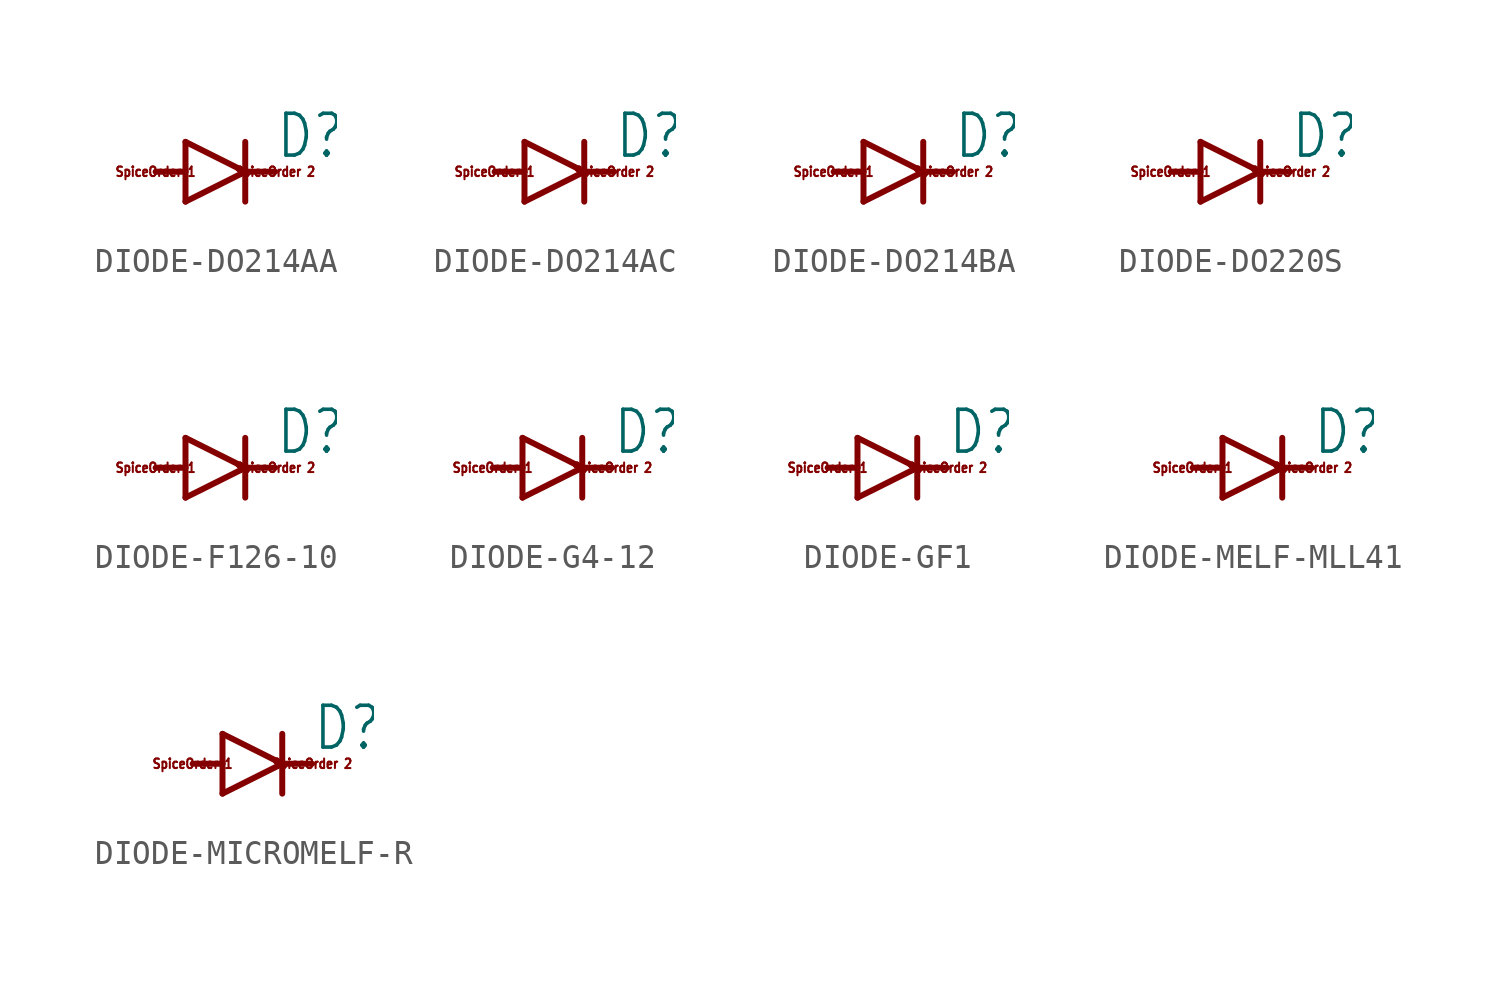
<source format=kicad_sym>
(kicad_symbol_lib
  (version 20241209)
  (generator "kicad_symbol_editor")
  (generator_version "9.0")
  (symbol "DIODE-DO214AA"
    (property "Reference" "D"
      (at 2.54 0.483 0)
      (effects (font (size 1.778 1.511)) (justify left bottom)))
    (property "Value" ""
      (at 2.54 -2.311 0)
      (effects (font (size 1.778 1.511)) (justify left bottom)))
    (property "ki_locked" ""
      (at 0 0 0)
      (effects (font (size 1.27 1.27))))
    (symbol "DIODE-DO214AA_1_0"
      (polyline (pts (xy -1.27 1.27) (xy -1.27 0)) (stroke (width 0.254) (type solid)) (fill (type none)))
      (polyline (pts (xy -1.27 0) (xy -2.54 0)) (stroke (width 0.254) (type solid)) (fill (type none)))
      (polyline (pts (xy -1.27 0) (xy -1.27 -1.27)) (stroke (width 0.254) (type solid)) (fill (type none)))
      (polyline (pts (xy -1.27 -1.27) (xy 1.27 0)) (stroke (width 0.254) (type solid)) (fill (type none)))
      (polyline (pts (xy 1.27 1.27) (xy 1.27 0)) (stroke (width 0.254) (type solid)) (fill (type none)))
      (polyline (pts (xy 1.27 0) (xy -1.27 1.27)) (stroke (width 0.254) (type solid)) (fill (type none)))
      (polyline (pts (xy 1.27 0) (xy 1.27 -1.27)) (stroke (width 0.254) (type solid)) (fill (type none)))
      (polyline (pts (xy 2.54 0) (xy 1.27 0)) (stroke (width 0.254) (type solid)) (fill (type none)))
      (text "SpiceOrder 1" (at -2.54 0 0) (effects (font (size 0.406 0.345))))
      (text "SpiceOrder 2" (at 2.54 0 0) (effects (font (size 0.406 0.345))))
      (pin passive line (at -2.54 0 0) (length 0) (name "A" (effects (font (size 0 0)))) (number "A" (effects (font (size 0 0)))))
      (pin passive line (at 2.54 0 180) (length 0) (name "C" (effects (font (size 0 0)))) (number "C" (effects (font (size 0 0)))))))
  (symbol "DIODE-DO214AC"
    (property "Reference" "D"
      (at 2.54 0.483 0)
      (effects (font (size 1.778 1.511)) (justify left bottom)))
    (property "Value" ""
      (at 2.54 -2.311 0)
      (effects (font (size 1.778 1.511)) (justify left bottom)))
    (property "ki_locked" ""
      (at 0 0 0)
      (effects (font (size 1.27 1.27))))
    (symbol "DIODE-DO214AC_1_0"
      (polyline (pts (xy -1.27 1.27) (xy -1.27 0)) (stroke (width 0.254) (type solid)) (fill (type none)))
      (polyline (pts (xy -1.27 0) (xy -2.54 0)) (stroke (width 0.254) (type solid)) (fill (type none)))
      (polyline (pts (xy -1.27 0) (xy -1.27 -1.27)) (stroke (width 0.254) (type solid)) (fill (type none)))
      (polyline (pts (xy -1.27 -1.27) (xy 1.27 0)) (stroke (width 0.254) (type solid)) (fill (type none)))
      (polyline (pts (xy 1.27 1.27) (xy 1.27 0)) (stroke (width 0.254) (type solid)) (fill (type none)))
      (polyline (pts (xy 1.27 0) (xy -1.27 1.27)) (stroke (width 0.254) (type solid)) (fill (type none)))
      (polyline (pts (xy 1.27 0) (xy 1.27 -1.27)) (stroke (width 0.254) (type solid)) (fill (type none)))
      (polyline (pts (xy 2.54 0) (xy 1.27 0)) (stroke (width 0.254) (type solid)) (fill (type none)))
      (text "SpiceOrder 1" (at -2.54 0 0) (effects (font (size 0.406 0.345))))
      (text "SpiceOrder 2" (at 2.54 0 0) (effects (font (size 0.406 0.345))))
      (pin passive line (at -2.54 0 0) (length 0) (name "A" (effects (font (size 0 0)))) (number "A" (effects (font (size 0 0)))))
      (pin passive line (at 2.54 0 180) (length 0) (name "C" (effects (font (size 0 0)))) (number "C" (effects (font (size 0 0)))))))
  (symbol "DIODE-DO214BA"
    (property "Reference" "D"
      (at 2.54 0.483 0)
      (effects (font (size 1.778 1.511)) (justify left bottom)))
    (property "Value" ""
      (at 2.54 -2.311 0)
      (effects (font (size 1.778 1.511)) (justify left bottom)))
    (property "ki_locked" ""
      (at 0 0 0)
      (effects (font (size 1.27 1.27))))
    (symbol "DIODE-DO214BA_1_0"
      (polyline (pts (xy -1.27 1.27) (xy -1.27 0)) (stroke (width 0.254) (type solid)) (fill (type none)))
      (polyline (pts (xy -1.27 0) (xy -2.54 0)) (stroke (width 0.254) (type solid)) (fill (type none)))
      (polyline (pts (xy -1.27 0) (xy -1.27 -1.27)) (stroke (width 0.254) (type solid)) (fill (type none)))
      (polyline (pts (xy -1.27 -1.27) (xy 1.27 0)) (stroke (width 0.254) (type solid)) (fill (type none)))
      (polyline (pts (xy 1.27 1.27) (xy 1.27 0)) (stroke (width 0.254) (type solid)) (fill (type none)))
      (polyline (pts (xy 1.27 0) (xy -1.27 1.27)) (stroke (width 0.254) (type solid)) (fill (type none)))
      (polyline (pts (xy 1.27 0) (xy 1.27 -1.27)) (stroke (width 0.254) (type solid)) (fill (type none)))
      (polyline (pts (xy 2.54 0) (xy 1.27 0)) (stroke (width 0.254) (type solid)) (fill (type none)))
      (text "SpiceOrder 1" (at -2.54 0 0) (effects (font (size 0.406 0.345))))
      (text "SpiceOrder 2" (at 2.54 0 0) (effects (font (size 0.406 0.345))))
      (pin passive line (at -2.54 0 0) (length 0) (name "A" (effects (font (size 0 0)))) (number "A" (effects (font (size 0 0)))))
      (pin passive line (at 2.54 0 180) (length 0) (name "C" (effects (font (size 0 0)))) (number "C" (effects (font (size 0 0)))))))
  (symbol "DIODE-DO220S"
    (property "Reference" "D"
      (at 2.54 0.483 0)
      (effects (font (size 1.778 1.511)) (justify left bottom)))
    (property "Value" ""
      (at 2.54 -2.311 0)
      (effects (font (size 1.778 1.511)) (justify left bottom)))
    (property "ki_locked" ""
      (at 0 0 0)
      (effects (font (size 1.27 1.27))))
    (symbol "DIODE-DO220S_1_0"
      (polyline (pts (xy -1.27 1.27) (xy -1.27 0)) (stroke (width 0.254) (type solid)) (fill (type none)))
      (polyline (pts (xy -1.27 0) (xy -2.54 0)) (stroke (width 0.254) (type solid)) (fill (type none)))
      (polyline (pts (xy -1.27 0) (xy -1.27 -1.27)) (stroke (width 0.254) (type solid)) (fill (type none)))
      (polyline (pts (xy -1.27 -1.27) (xy 1.27 0)) (stroke (width 0.254) (type solid)) (fill (type none)))
      (polyline (pts (xy 1.27 1.27) (xy 1.27 0)) (stroke (width 0.254) (type solid)) (fill (type none)))
      (polyline (pts (xy 1.27 0) (xy -1.27 1.27)) (stroke (width 0.254) (type solid)) (fill (type none)))
      (polyline (pts (xy 1.27 0) (xy 1.27 -1.27)) (stroke (width 0.254) (type solid)) (fill (type none)))
      (polyline (pts (xy 2.54 0) (xy 1.27 0)) (stroke (width 0.254) (type solid)) (fill (type none)))
      (text "SpiceOrder 1" (at -2.54 0 0) (effects (font (size 0.406 0.345))))
      (text "SpiceOrder 2" (at 2.54 0 0) (effects (font (size 0.406 0.345))))
      (pin passive line (at -2.54 0 0) (length 0) (name "A" (effects (font (size 0 0)))) (number "A" (effects (font (size 0 0)))))
      (pin passive line (at 2.54 0 180) (length 0) (name "C" (effects (font (size 0 0)))) (number "C" (effects (font (size 0 0)))))))
  (symbol "DIODE-F126-10"
    (property "Reference" "D"
      (at 2.54 0.483 0)
      (effects (font (size 1.778 1.511)) (justify left bottom)))
    (property "Value" ""
      (at 2.54 -2.311 0)
      (effects (font (size 1.778 1.511)) (justify left bottom)))
    (property "ki_locked" ""
      (at 0 0 0)
      (effects (font (size 1.27 1.27))))
    (symbol "DIODE-F126-10_1_0"
      (polyline (pts (xy -1.27 1.27) (xy -1.27 0)) (stroke (width 0.254) (type solid)) (fill (type none)))
      (polyline (pts (xy -1.27 0) (xy -2.54 0)) (stroke (width 0.254) (type solid)) (fill (type none)))
      (polyline (pts (xy -1.27 0) (xy -1.27 -1.27)) (stroke (width 0.254) (type solid)) (fill (type none)))
      (polyline (pts (xy -1.27 -1.27) (xy 1.27 0)) (stroke (width 0.254) (type solid)) (fill (type none)))
      (polyline (pts (xy 1.27 1.27) (xy 1.27 0)) (stroke (width 0.254) (type solid)) (fill (type none)))
      (polyline (pts (xy 1.27 0) (xy -1.27 1.27)) (stroke (width 0.254) (type solid)) (fill (type none)))
      (polyline (pts (xy 1.27 0) (xy 1.27 -1.27)) (stroke (width 0.254) (type solid)) (fill (type none)))
      (polyline (pts (xy 2.54 0) (xy 1.27 0)) (stroke (width 0.254) (type solid)) (fill (type none)))
      (text "SpiceOrder 1" (at -2.54 0 0) (effects (font (size 0.406 0.345))))
      (text "SpiceOrder 2" (at 2.54 0 0) (effects (font (size 0.406 0.345))))
      (pin passive line (at -2.54 0 0) (length 0) (name "A" (effects (font (size 0 0)))) (number "A" (effects (font (size 0 0)))))
      (pin passive line (at 2.54 0 180) (length 0) (name "C" (effects (font (size 0 0)))) (number "C" (effects (font (size 0 0)))))))
  (symbol "DIODE-G4-12"
    (property "Reference" "D"
      (at 2.54 0.483 0)
      (effects (font (size 1.778 1.511)) (justify left bottom)))
    (property "Value" ""
      (at 2.54 -2.311 0)
      (effects (font (size 1.778 1.511)) (justify left bottom)))
    (property "ki_locked" ""
      (at 0 0 0)
      (effects (font (size 1.27 1.27))))
    (symbol "DIODE-G4-12_1_0"
      (polyline (pts (xy -1.27 1.27) (xy -1.27 0)) (stroke (width 0.254) (type solid)) (fill (type none)))
      (polyline (pts (xy -1.27 0) (xy -2.54 0)) (stroke (width 0.254) (type solid)) (fill (type none)))
      (polyline (pts (xy -1.27 0) (xy -1.27 -1.27)) (stroke (width 0.254) (type solid)) (fill (type none)))
      (polyline (pts (xy -1.27 -1.27) (xy 1.27 0)) (stroke (width 0.254) (type solid)) (fill (type none)))
      (polyline (pts (xy 1.27 1.27) (xy 1.27 0)) (stroke (width 0.254) (type solid)) (fill (type none)))
      (polyline (pts (xy 1.27 0) (xy -1.27 1.27)) (stroke (width 0.254) (type solid)) (fill (type none)))
      (polyline (pts (xy 1.27 0) (xy 1.27 -1.27)) (stroke (width 0.254) (type solid)) (fill (type none)))
      (polyline (pts (xy 2.54 0) (xy 1.27 0)) (stroke (width 0.254) (type solid)) (fill (type none)))
      (text "SpiceOrder 1" (at -2.54 0 0) (effects (font (size 0.406 0.345))))
      (text "SpiceOrder 2" (at 2.54 0 0) (effects (font (size 0.406 0.345))))
      (pin passive line (at -2.54 0 0) (length 0) (name "A" (effects (font (size 0 0)))) (number "A" (effects (font (size 0 0)))))
      (pin passive line (at 2.54 0 180) (length 0) (name "C" (effects (font (size 0 0)))) (number "C" (effects (font (size 0 0)))))))
  (symbol "DIODE-GF1"
    (property "Reference" "D"
      (at 2.54 0.483 0)
      (effects (font (size 1.778 1.511)) (justify left bottom)))
    (property "Value" ""
      (at 2.54 -2.311 0)
      (effects (font (size 1.778 1.511)) (justify left bottom)))
    (property "ki_locked" ""
      (at 0 0 0)
      (effects (font (size 1.27 1.27))))
    (symbol "DIODE-GF1_1_0"
      (polyline (pts (xy -1.27 1.27) (xy -1.27 0)) (stroke (width 0.254) (type solid)) (fill (type none)))
      (polyline (pts (xy -1.27 0) (xy -2.54 0)) (stroke (width 0.254) (type solid)) (fill (type none)))
      (polyline (pts (xy -1.27 0) (xy -1.27 -1.27)) (stroke (width 0.254) (type solid)) (fill (type none)))
      (polyline (pts (xy -1.27 -1.27) (xy 1.27 0)) (stroke (width 0.254) (type solid)) (fill (type none)))
      (polyline (pts (xy 1.27 1.27) (xy 1.27 0)) (stroke (width 0.254) (type solid)) (fill (type none)))
      (polyline (pts (xy 1.27 0) (xy -1.27 1.27)) (stroke (width 0.254) (type solid)) (fill (type none)))
      (polyline (pts (xy 1.27 0) (xy 1.27 -1.27)) (stroke (width 0.254) (type solid)) (fill (type none)))
      (polyline (pts (xy 2.54 0) (xy 1.27 0)) (stroke (width 0.254) (type solid)) (fill (type none)))
      (text "SpiceOrder 1" (at -2.54 0 0) (effects (font (size 0.406 0.345))))
      (text "SpiceOrder 2" (at 2.54 0 0) (effects (font (size 0.406 0.345))))
      (pin passive line (at -2.54 0 0) (length 0) (name "A" (effects (font (size 0 0)))) (number "A" (effects (font (size 0 0)))))
      (pin passive line (at 2.54 0 180) (length 0) (name "C" (effects (font (size 0 0)))) (number "C" (effects (font (size 0 0)))))))
  (symbol "DIODE-MELF-MLL41"
    (property "Reference" "D"
      (at 2.54 0.483 0)
      (effects (font (size 1.778 1.511)) (justify left bottom)))
    (property "Value" ""
      (at 2.54 -2.311 0)
      (effects (font (size 1.778 1.511)) (justify left bottom)))
    (property "ki_locked" ""
      (at 0 0 0)
      (effects (font (size 1.27 1.27))))
    (symbol "DIODE-MELF-MLL41_1_0"
      (polyline (pts (xy -1.27 1.27) (xy -1.27 0)) (stroke (width 0.254) (type solid)) (fill (type none)))
      (polyline (pts (xy -1.27 0) (xy -2.54 0)) (stroke (width 0.254) (type solid)) (fill (type none)))
      (polyline (pts (xy -1.27 0) (xy -1.27 -1.27)) (stroke (width 0.254) (type solid)) (fill (type none)))
      (polyline (pts (xy -1.27 -1.27) (xy 1.27 0)) (stroke (width 0.254) (type solid)) (fill (type none)))
      (polyline (pts (xy 1.27 1.27) (xy 1.27 0)) (stroke (width 0.254) (type solid)) (fill (type none)))
      (polyline (pts (xy 1.27 0) (xy -1.27 1.27)) (stroke (width 0.254) (type solid)) (fill (type none)))
      (polyline (pts (xy 1.27 0) (xy 1.27 -1.27)) (stroke (width 0.254) (type solid)) (fill (type none)))
      (polyline (pts (xy 2.54 0) (xy 1.27 0)) (stroke (width 0.254) (type solid)) (fill (type none)))
      (text "SpiceOrder 1" (at -2.54 0 0) (effects (font (size 0.406 0.345))))
      (text "SpiceOrder 2" (at 2.54 0 0) (effects (font (size 0.406 0.345))))
      (pin passive line (at -2.54 0 0) (length 0) (name "A" (effects (font (size 0 0)))) (number "A" (effects (font (size 0 0)))))
      (pin passive line (at 2.54 0 180) (length 0) (name "C" (effects (font (size 0 0)))) (number "C" (effects (font (size 0 0)))))))
  (symbol "DIODE-MICROMELF-R"
    (property "Reference" "D"
      (at 2.54 0.483 0)
      (effects (font (size 1.778 1.511)) (justify left bottom)))
    (property "Value" ""
      (at 2.54 -2.311 0)
      (effects (font (size 1.778 1.511)) (justify left bottom)))
    (property "ki_locked" ""
      (at 0 0 0)
      (effects (font (size 1.27 1.27))))
    (symbol "DIODE-MICROMELF-R_1_0"
      (polyline (pts (xy -1.27 1.27) (xy -1.27 0)) (stroke (width 0.254) (type solid)) (fill (type none)))
      (polyline (pts (xy -1.27 0) (xy -2.54 0)) (stroke (width 0.254) (type solid)) (fill (type none)))
      (polyline (pts (xy -1.27 0) (xy -1.27 -1.27)) (stroke (width 0.254) (type solid)) (fill (type none)))
      (polyline (pts (xy -1.27 -1.27) (xy 1.27 0)) (stroke (width 0.254) (type solid)) (fill (type none)))
      (polyline (pts (xy 1.27 1.27) (xy 1.27 0)) (stroke (width 0.254) (type solid)) (fill (type none)))
      (polyline (pts (xy 1.27 0) (xy -1.27 1.27)) (stroke (width 0.254) (type solid)) (fill (type none)))
      (polyline (pts (xy 1.27 0) (xy 1.27 -1.27)) (stroke (width 0.254) (type solid)) (fill (type none)))
      (polyline (pts (xy 2.54 0) (xy 1.27 0)) (stroke (width 0.254) (type solid)) (fill (type none)))
      (text "SpiceOrder 1" (at -2.54 0 0) (effects (font (size 0.406 0.345))))
      (text "SpiceOrder 2" (at 2.54 0 0) (effects (font (size 0.406 0.345))))
      (pin passive line (at -2.54 0 0) (length 0) (name "A" (effects (font (size 0 0)))) (number "A" (effects (font (size 0 0)))))
      (pin passive line (at 2.54 0 180) (length 0) (name "C" (effects (font (size 0 0)))) (number "C" (effects (font (size 0 0))))))))
</source>
